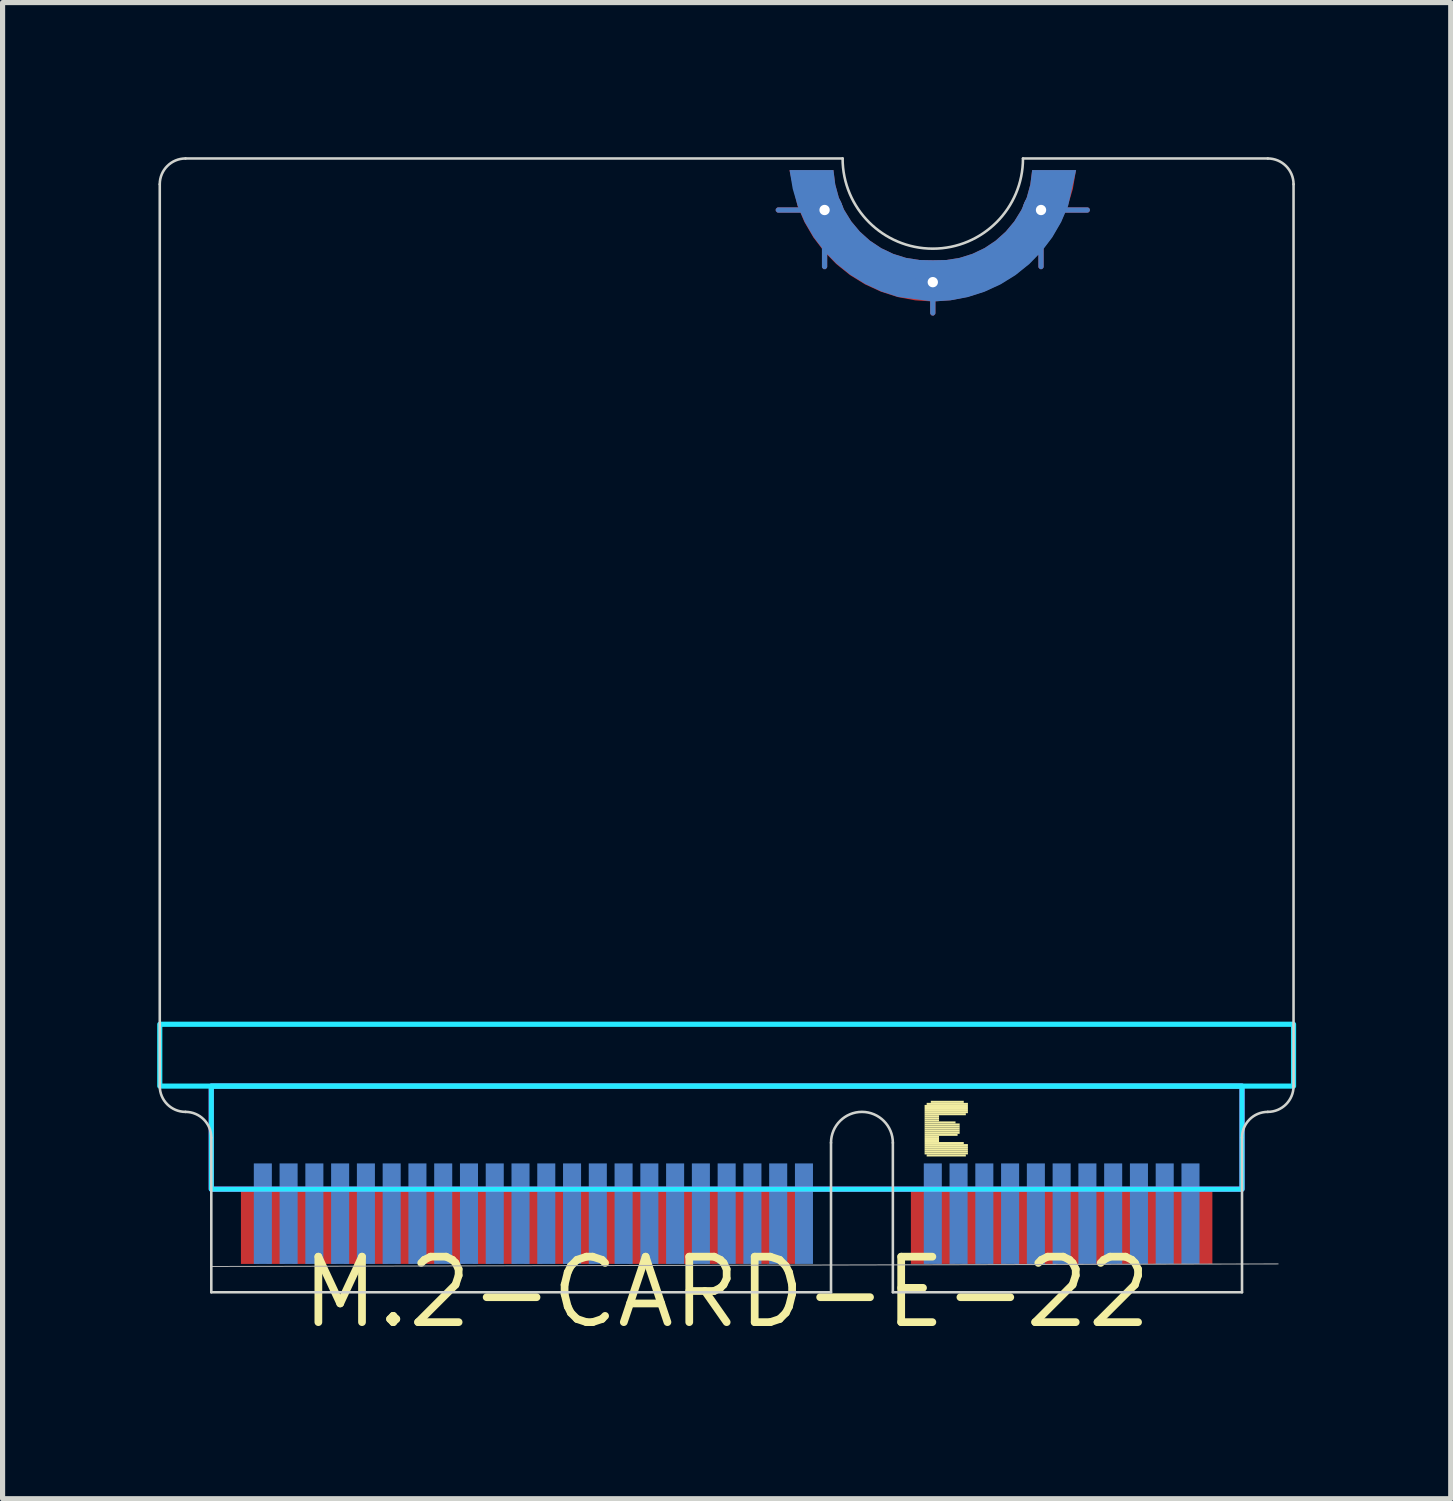
<source format=kicad_pcb>
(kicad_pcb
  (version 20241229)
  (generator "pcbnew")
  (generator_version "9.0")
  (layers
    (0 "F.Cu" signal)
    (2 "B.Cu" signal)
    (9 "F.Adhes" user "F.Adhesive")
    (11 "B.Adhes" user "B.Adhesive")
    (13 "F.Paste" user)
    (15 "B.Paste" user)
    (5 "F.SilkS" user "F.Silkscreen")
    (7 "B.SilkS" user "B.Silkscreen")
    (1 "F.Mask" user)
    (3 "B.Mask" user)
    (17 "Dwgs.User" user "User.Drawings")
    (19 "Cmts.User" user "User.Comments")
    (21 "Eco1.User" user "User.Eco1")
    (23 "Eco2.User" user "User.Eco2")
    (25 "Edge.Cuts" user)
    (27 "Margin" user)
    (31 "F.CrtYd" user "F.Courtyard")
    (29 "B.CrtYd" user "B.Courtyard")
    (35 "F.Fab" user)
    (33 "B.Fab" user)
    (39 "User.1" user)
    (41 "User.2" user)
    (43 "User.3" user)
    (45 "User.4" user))
  (footprint "M.2-CARD-E-22"
    (layer "F.Cu")
    (at 11.05 22.025)
    (property "Reference" "M.2-CARD-E-22" (at 0 0 0) (layer "F.SilkS") (effects (font (size 1.27 1.27) (thickness 0.15))))
    (fp_poly (pts (xy 2.296 -21.73) (xy 2.36 -21.467) (xy 2.463 -21.217) (xy 2.605 -20.986) (xy 2.78 -20.78) (xy 2.986 -20.605) (xy 3.217 -20.463) (xy 3.466 -20.36) (xy 4.001 -20.275) (xy 4.27 -20.296) (xy 4.533 -20.36) (xy 4.783 -20.463) (xy 5.014 -20.605) (xy 5.22 -20.78) (xy 5.395 -20.986) (xy 5.537 -21.217) (xy 5.64 -21.466) (xy 5.729 -22.025) (xy 6.777 -22.025) (xy 6.755 -21.666) (xy 6.694 -21.336) (xy 6.595 -21.016) (xy 6.457 -20.71) (xy 6.284 -20.424) (xy 6.077 -20.16) (xy 5.84 -19.923) (xy 5.576 -19.716) (xy 5.29 -19.543) (xy 4.984 -19.405) (xy 4.664 -19.306) (xy 4.334 -19.245) (xy 4 -19.225) (xy 3.666 -19.245) (xy 3.336 -19.306) (xy 3.016 -19.405) (xy 2.71 -19.543) (xy 2.424 -19.716) (xy 2.16 -19.923) (xy 1.923 -20.16) (xy 1.716 -20.424) (xy 1.543 -20.71) (xy 1.405 -21.016) (xy 1.306 -21.336) (xy 1.245 -21.666) (xy 1.223 -22.025) (xy 2.273 -22.025)) (stroke (width 0) (type default)) (fill yes) (layer "F.Mask"))
    (fp_poly (pts (xy 2.36 -21.466) (xy 2.463 -21.217) (xy 2.605 -20.986) (xy 2.78 -20.78) (xy 2.986 -20.605) (xy 3.217 -20.463) (xy 3.467 -20.36) (xy 3.73 -20.296) (xy 3.999 -20.275) (xy 4.534 -20.36) (xy 4.783 -20.463) (xy 5.014 -20.605) (xy 5.22 -20.78) (xy 5.395 -20.986) (xy 5.537 -21.217) (xy 5.64 -21.467) (xy 5.704 -21.73) (xy 5.727 -22.025) (xy 6.777 -22.025) (xy 6.755 -21.666) (xy 6.694 -21.336) (xy 6.595 -21.016) (xy 6.457 -20.71) (xy 6.284 -20.424) (xy 6.077 -20.16) (xy 5.84 -19.923) (xy 5.576 -19.716) (xy 5.29 -19.543) (xy 4.984 -19.405) (xy 4.664 -19.306) (xy 4.334 -19.245) (xy 4 -19.225) (xy 3.666 -19.245) (xy 3.336 -19.306) (xy 3.016 -19.405) (xy 2.71 -19.543) (xy 2.424 -19.716) (xy 2.16 -19.923) (xy 1.923 -20.16) (xy 1.716 -20.424) (xy 1.543 -20.71) (xy 1.405 -21.016) (xy 1.306 -21.336) (xy 1.245 -21.666) (xy 1.223 -22.025) (xy 2.271 -22.025)) (stroke (width 0) (type default)) (fill yes) (layer "B.Mask"))
    (fp_poly (pts (xy 3.841 -3.595) (xy 4.681 -3.595) (xy 4.681 -3.635) (xy 3.841 -3.635)) (stroke (width 0) (type default)) (fill yes) (layer "F.SilkS"))
    (fp_poly (pts (xy 3.841 -3.555) (xy 4.681 -3.555) (xy 4.681 -3.595) (xy 3.841 -3.595)) (stroke (width 0) (type default)) (fill yes) (layer "F.SilkS"))
    (fp_poly (pts (xy 3.841 -3.515) (xy 4.681 -3.515) (xy 4.681 -3.555) (xy 3.841 -3.555)) (stroke (width 0) (type default)) (fill yes) (layer "F.SilkS"))
    (fp_poly (pts (xy 3.841 -3.475) (xy 4.681 -3.475) (xy 4.681 -3.515) (xy 3.841 -3.515)) (stroke (width 0) (type default)) (fill yes) (layer "F.SilkS"))
    (fp_poly (pts (xy 3.841 -3.435) (xy 4.641 -3.435) (xy 4.641 -3.475) (xy 3.841 -3.475)) (stroke (width 0) (type default)) (fill yes) (layer "F.SilkS"))
    (fp_poly (pts (xy 3.841 -3.395) (xy 4.121 -3.395) (xy 4.121 -3.435) (xy 3.841 -3.435)) (stroke (width 0) (type default)) (fill yes) (layer "F.SilkS"))
    (fp_poly (pts (xy 3.841 -3.355) (xy 4.121 -3.355) (xy 4.121 -3.395) (xy 3.841 -3.395)) (stroke (width 0) (type default)) (fill yes) (layer "F.SilkS"))
    (fp_poly (pts (xy 3.841 -3.315) (xy 4.121 -3.315) (xy 4.121 -3.355) (xy 3.841 -3.355)) (stroke (width 0) (type default)) (fill yes) (layer "F.SilkS"))
    (fp_poly (pts (xy 3.841 -3.275) (xy 4.441 -3.275) (xy 4.441 -3.315) (xy 3.841 -3.315)) (stroke (width 0) (type default)) (fill yes) (layer "F.SilkS"))
    (fp_poly (pts (xy 3.841 -3.235) (xy 4.521 -3.235) (xy 4.521 -3.275) (xy 3.841 -3.275)) (stroke (width 0) (type default)) (fill yes) (layer "F.SilkS"))
    (fp_poly (pts (xy 3.841 -3.195) (xy 4.521 -3.195) (xy 4.521 -3.235) (xy 3.841 -3.235)) (stroke (width 0) (type default)) (fill yes) (layer "F.SilkS"))
    (fp_poly (pts (xy 3.841 -3.155) (xy 4.521 -3.155) (xy 4.521 -3.195) (xy 3.841 -3.195)) (stroke (width 0) (type default)) (fill yes) (layer "F.SilkS"))
    (fp_poly (pts (xy 3.841 -3.115) (xy 4.521 -3.115) (xy 4.521 -3.155) (xy 3.841 -3.155)) (stroke (width 0) (type default)) (fill yes) (layer "F.SilkS"))
    (fp_poly (pts (xy 3.841 -3.075) (xy 4.521 -3.075) (xy 4.521 -3.115) (xy 3.841 -3.115)) (stroke (width 0) (type default)) (fill yes) (layer "F.SilkS"))
    (fp_poly (pts (xy 3.841 -3.035) (xy 4.481 -3.035) (xy 4.481 -3.075) (xy 3.841 -3.075)) (stroke (width 0) (type default)) (fill yes) (layer "F.SilkS"))
    (fp_poly (pts (xy 3.841 -2.995) (xy 4.121 -2.995) (xy 4.121 -3.035) (xy 3.841 -3.035)) (stroke (width 0) (type default)) (fill yes) (layer "F.SilkS"))
    (fp_poly (pts (xy 3.841 -2.955) (xy 4.121 -2.955) (xy 4.121 -2.995) (xy 3.841 -2.995)) (stroke (width 0) (type default)) (fill yes) (layer "F.SilkS"))
    (fp_poly (pts (xy 3.841 -2.915) (xy 4.121 -2.915) (xy 4.121 -2.955) (xy 3.841 -2.955)) (stroke (width 0) (type default)) (fill yes) (layer "F.SilkS"))
    (fp_poly (pts (xy 3.841 -2.875) (xy 4.601 -2.875) (xy 4.601 -2.915) (xy 3.841 -2.915)) (stroke (width 0) (type default)) (fill yes) (layer "F.SilkS"))
    (fp_poly (pts (xy 3.841 -2.835) (xy 4.681 -2.835) (xy 4.681 -2.875) (xy 3.841 -2.875)) (stroke (width 0) (type default)) (fill yes) (layer "F.SilkS"))
    (fp_poly (pts (xy 3.841 -2.795) (xy 4.681 -2.795) (xy 4.681 -2.835) (xy 3.841 -2.835)) (stroke (width 0) (type default)) (fill yes) (layer "F.SilkS"))
    (fp_poly (pts (xy 3.841 -2.755) (xy 4.681 -2.755) (xy 4.681 -2.795) (xy 3.841 -2.795)) (stroke (width 0) (type default)) (fill yes) (layer "F.SilkS"))
    (fp_poly (pts (xy 3.841 -2.715) (xy 4.681 -2.715) (xy 4.681 -2.755) (xy 3.841 -2.755)) (stroke (width 0) (type default)) (fill yes) (layer "F.SilkS"))
    (fp_poly (pts (xy 3.841 -2.675) (xy 4.681 -2.675) (xy 4.681 -2.715) (xy 3.841 -2.715)) (stroke (width 0) (type default)) (fill yes) (layer "F.SilkS"))
    (fp_poly (pts (xy 3.881 -3.635) (xy 4.681 -3.635) (xy 4.681 -3.675) (xy 3.881 -3.675)) (stroke (width 0) (type default)) (fill yes) (layer "F.SilkS"))
    (fp_poly (pts (xy 3.881 -2.635) (xy 4.641 -2.635) (xy 4.641 -2.675) (xy 3.881 -2.675)) (stroke (width 0) (type default)) (fill yes) (layer "F.SilkS"))
    (fp_poly (pts (xy 3.961 -3.675) (xy 4.601 -3.675) (xy 4.601 -3.715) (xy 3.961 -3.715)) (stroke (width 0) (type default)) (fill yes) (layer "F.SilkS"))
    (fp_line (start -11 -21.5) (end -11 -4) (stroke (width 0.05) (type default)) (layer "Edge.Cuts"))
    (fp_line (start -10 -3) (end -10 0) (stroke (width 0.05) (type default)) (layer "Edge.Cuts"))
    (fp_line (start -10 0) (end 2.025 0) (stroke (width 0.05) (type default)) (layer "Edge.Cuts"))
    (fp_line (start 2.025 0) (end 2.025 -2.9) (stroke (width 0.05) (type default)) (layer "Edge.Cuts"))
    (fp_line (start 2.25 -22) (end -10.5 -22) (stroke (width 0.05) (type default)) (layer "Edge.Cuts"))
    (fp_line (start 3.225 0) (end 3.225 -2.9) (stroke (width 0.05) (type solid)) (layer "Edge.Cuts"))
    (fp_line (start 5.75 -22) (end 10.5 -22) (stroke (width 0.05) (type default)) (layer "Edge.Cuts"))
    (fp_line (start 10 0) (end 3.225 0) (stroke (width 0.05) (type default)) (layer "Edge.Cuts"))
    (fp_line (start 10 0) (end 10 -3) (stroke (width 0.05) (type default)) (layer "Edge.Cuts"))
    (fp_line (start 11 -4) (end 11 -21.5) (stroke (width 0.05) (type default)) (layer "Edge.Cuts"))
    (fp_arc (start -11 -21.5) (mid -10.853553 -21.853553) (end -10.5 -22) (stroke (width 0.05) (type default)) (layer "Edge.Cuts"))
    (fp_arc (start -10.5 -3.5) (mid -10.853553 -3.646447) (end -11 -4) (stroke (width 0.05) (type default)) (layer "Edge.Cuts"))
    (fp_arc (start -10.5 -3.5) (mid -10.146447 -3.353553) (end -10 -3) (stroke (width 0.05) (type default)) (layer "Edge.Cuts"))
    (fp_arc (start 2.025 -2.9) (mid 2.625 -3.5) (end 3.225 -2.9) (stroke (width 0.05) (type solid)) (layer "Edge.Cuts"))
    (fp_arc (start 5.75 -22) (mid 4 -20.25) (end 2.25 -22) (stroke (width 0.05) (type solid)) (layer "Edge.Cuts"))
    (fp_arc (start 10 -3) (mid 10.146447 -3.353553) (end 10.5 -3.5) (stroke (width 0.05) (type default)) (layer "Edge.Cuts"))
    (fp_arc (start 10.5 -22) (mid 10.853553 -21.853553) (end 11 -21.5) (stroke (width 0.05) (type default)) (layer "Edge.Cuts"))
    (fp_arc (start 11 -4) (mid 10.853553 -3.646447) (end 10.5 -3.5) (stroke (width 0.05) (type default)) (layer "Edge.Cuts"))
    (fp_poly (pts (xy 10 -4) (xy -10 -4) (xy -10 -2) (xy 10 -2)) (stroke (width 0.1) (type default)) (fill no) (layer "B.CrtYd"))
    (fp_poly (pts (xy 11 -5.2) (xy -11 -5.2) (xy -11 -4) (xy 11 -4)) (stroke (width 0.1) (type default)) (fill no) (layer "B.CrtYd"))
    (fp_poly (pts (xy 10 -4) (xy -10 -4) (xy -10 -2) (xy 10 -2)) (stroke (width 0.1) (type default)) (fill no) (layer "F.CrtYd"))
    (fp_line (start -10 -0.5) (end 10.7 -0.55) (stroke (width 0.02) (type solid)) (layer "F.Fab"))
    (pad "1" smd rect (at 9.25 -1.275 180) (size 0.35 1.45) (layers "F.Cu" "F.Mask"))
    (pad "2" smd rect (at 9 -1.525) (size 0.35 1.95) (layers "B.Cu" "B.Mask"))
    (pad "3" smd rect (at 8.75 -1.275 180) (size 0.35 1.45) (layers "F.Cu" "F.Mask"))
    (pad "4" smd rect (at 8.5 -1.525) (size 0.35 1.95) (layers "B.Cu" "B.Mask"))
    (pad "5" smd rect (at 8.25 -1.275 180) (size 0.35 1.45) (layers "F.Cu" "F.Mask"))
    (pad "6" smd rect (at 8 -1.525) (size 0.35 1.95) (layers "B.Cu" "B.Mask"))
    (pad "7" smd rect (at 7.75 -1.275 180) (size 0.35 1.45) (layers "F.Cu" "F.Mask"))
    (pad "8" smd rect (at 7.5 -1.525) (size 0.35 1.95) (layers "B.Cu" "B.Mask"))
    (pad "9" smd rect (at 7.25 -1.275 180) (size 0.35 1.45) (layers "F.Cu" "F.Mask"))
    (pad "10" smd rect (at 7 -1.525) (size 0.35 1.95) (layers "B.Cu" "B.Mask"))
    (pad "11" smd rect (at 6.75 -1.275 180) (size 0.35 1.45) (layers "F.Cu" "F.Mask"))
    (pad "12" smd rect (at 6.5 -1.525) (size 0.35 1.95) (layers "B.Cu" "B.Mask"))
    (pad "13" smd rect (at 6.25 -1.275 180) (size 0.35 1.45) (layers "F.Cu" "F.Mask"))
    (pad "14" smd rect (at 6 -1.525) (size 0.35 1.95) (layers "B.Cu" "B.Mask"))
    (pad "15" smd rect (at 5.75 -1.275 180) (size 0.35 1.45) (layers "F.Cu" "F.Mask"))
    (pad "16" smd rect (at 5.5 -1.525) (size 0.35 1.95) (layers "B.Cu" "B.Mask"))
    (pad "17" smd rect (at 5.25 -1.275 180) (size 0.35 1.45) (layers "F.Cu" "F.Mask"))
    (pad "18" smd rect (at 5 -1.525) (size 0.35 1.95) (layers "B.Cu" "B.Mask"))
    (pad "19" smd rect (at 4.75 -1.275 180) (size 0.35 1.45) (layers "F.Cu" "F.Mask"))
    (pad "20" smd rect (at 4.5 -1.525) (size 0.35 1.95) (layers "B.Cu" "B.Mask"))
    (pad "21" smd rect (at 4.25 -1.275 180) (size 0.35 1.45) (layers "F.Cu" "F.Mask"))
    (pad "22" smd rect (at 4 -1.525) (size 0.35 1.95) (layers "B.Cu" "B.Mask"))
    (pad "23" smd rect (at 3.75 -1.275 180) (size 0.35 1.45) (layers "F.Cu" "F.Mask"))
    (pad "25" smd custom (at 5.311 -20) (size 0.708 0.708) (layers "F.Cu" "F.Mask" "F.Paste") (options (anchor circle)) (primitives (gr_poly (pts (xy -3.204 -1.493) (xy -3.135 -1.241) (xy -3.03 -1.002) (xy -2.893 -0.78) (xy -2.726 -0.58) (xy -2.532 -0.406) (xy -2.315 -0.261) (xy -2.08 -0.149) (xy -1.831 -0.071) (xy -1.573 -0.03) (xy -1.311 -0.025) (xy -1.049 -0.03) (xy -0.792 -0.071) (xy -0.543 -0.149) (xy -0.308 -0.261) (xy -0.091 -0.406) (xy 0.103 -0.58) (xy 0.271 -0.78) (xy 0.408 -1.002) (xy 0.512 -1.241) (xy 0.581 -1.493) (xy 0.617 -1.775) (xy 1.468 -1.775) (xy 1.407 -1.41) (xy 1.31 -1.083) (xy 1.175 -0.769) (xy 1.002 -0.474) (xy 0.795 -0.203) (xy 0.556 0.042) (xy 0.29 0.256) (xy 0 0.436) (xy -0.31 0.58) (xy -0.635 0.686) (xy -0.97 0.751) (xy -1.311 0.775) (xy -1.653 0.753) (xy -1.989 0.69) (xy -2.316 0.586) (xy -2.627 0.443) (xy -2.918 0.263) (xy -3.185 0.048) (xy -3.423 -0.197) (xy -3.63 -0.47) (xy -3.802 -0.766) (xy -3.937 -1.081) (xy -4.093 -1.775) (xy -3.239 -1.775)) (width 0) (fill yes)) (gr_line (start -3.411 -1) (end -4.311 -1) (width 0.102)) (gr_line (start -3.411 -1) (end -3.411 0.1) (width 0.102)) (gr_line (start -1.311 0.3) (end -1.311 1) (width 0.102)) (gr_line (start 0.789 -1) (end 0.789 0.1) (width 0.102)) (gr_line (start 0.789 -1) (end 1.689 -1) (width 0.102))))
    (pad "30" smd custom (at 5.3 -20) (size 0.708 0.708) (layers "F.Mask" "B.Cu" "F.Paste") (options (anchor circle)) (primitives (gr_poly (pts (xy -3.192 -1.493) (xy -3.123 -1.241) (xy -3.019 -1.002) (xy -2.882 -0.78) (xy -2.715 -0.58) (xy -2.521 -0.406) (xy -2.304 -0.261) (xy -2.068 -0.149) (xy -1.82 -0.071) (xy -1.562 -0.03) (xy -1.3 -0.025) (xy -1.038 -0.03) (xy -0.78 -0.071) (xy -0.532 -0.149) (xy -0.296 -0.261) (xy -0.079 -0.406) (xy 0.115 -0.58) (xy 0.282 -0.78) (xy 0.419 -1.002) (xy 0.523 -1.241) (xy 0.592 -1.493) (xy 0.628 -1.775) (xy 1.481 -1.775) (xy 1.326 -1.081) (xy 1.191 -0.766) (xy 1.019 -0.47) (xy 0.812 -0.197) (xy 0.573 0.048) (xy 0.306 0.263) (xy 0.015 0.443) (xy -0.296 0.586) (xy -0.622 0.69) (xy -0.958 0.753) (xy -1.276 0.774) (xy -1.277 0.778) (xy -1.301 0.775) (xy -1.324 0.777) (xy -1.324 0.772) (xy -1.976 0.686) (xy -2.301 0.58) (xy -2.611 0.436) (xy -2.902 0.256) (xy -3.168 0.042) (xy -3.406 -0.203) (xy -3.613 -0.474) (xy -3.786 -0.769) (xy -3.922 -1.083) (xy -4.018 -1.41) (xy -4.075 -1.748) (xy -4.075 -1.775) (xy -3.228 -1.775)) (width 0) (fill yes)) (gr_line (start -3.4 -1) (end -4.3 -1) (width 0.102)) (gr_line (start -3.4 -1) (end -3.4 0.1) (width 0.102)) (gr_line (start -1.3 0.3) (end -1.3 1) (width 0.102)) (gr_line (start 0.8 -1) (end 0.8 0.1) (width 0.102)) (gr_line (start 0.8 -1) (end 1.7 -1) (width 0.102))))
    (pad "32" smd rect (at 1.5 -1.525) (size 0.35 1.95) (layers "B.Cu" "B.Mask"))
    (pad "33" smd rect (at 1.25 -1.275 180) (size 0.35 1.45) (layers "F.Cu" "F.Mask"))
    (pad "34" smd rect (at 1 -1.525) (size 0.35 1.95) (layers "B.Cu" "B.Mask"))
    (pad "35" smd rect (at 0.75 -1.275 180) (size 0.35 1.45) (layers "F.Cu" "F.Mask"))
    (pad "36" smd rect (at 0.5 -1.525) (size 0.35 1.95) (layers "B.Cu" "B.Mask"))
    (pad "37" smd rect (at 0.25 -1.275 180) (size 0.35 1.45) (layers "F.Cu" "F.Mask"))
    (pad "38" smd rect (at 0 -1.525) (size 0.35 1.95) (layers "B.Cu" "B.Mask"))
    (pad "39" smd rect (at -0.25 -1.275 180) (size 0.35 1.45) (layers "F.Cu" "F.Mask"))
    (pad "40" smd rect (at -0.5 -1.525) (size 0.35 1.95) (layers "B.Cu" "B.Mask"))
    (pad "41" smd rect (at -0.75 -1.275 180) (size 0.35 1.45) (layers "F.Cu" "F.Mask"))
    (pad "42" smd rect (at -1 -1.525) (size 0.35 1.95) (layers "B.Cu" "B.Mask"))
    (pad "43" smd rect (at -1.25 -1.275 180) (size 0.35 1.45) (layers "F.Cu" "F.Mask"))
    (pad "44" smd rect (at -1.5 -1.525) (size 0.35 1.95) (layers "B.Cu" "B.Mask"))
    (pad "45" smd rect (at -1.75 -1.275 180) (size 0.35 1.45) (layers "F.Cu" "F.Mask"))
    (pad "46" smd rect (at -2 -1.525) (size 0.35 1.95) (layers "B.Cu" "B.Mask"))
    (pad "47" smd rect (at -2.25 -1.275 180) (size 0.35 1.45) (layers "F.Cu" "F.Mask"))
    (pad "48" smd rect (at -2.5 -1.525) (size 0.35 1.95) (layers "B.Cu" "B.Mask"))
    (pad "49" smd rect (at -2.75 -1.275 180) (size 0.35 1.45) (layers "F.Cu" "F.Mask"))
    (pad "50" smd rect (at -3 -1.525) (size 0.35 1.95) (layers "B.Cu" "B.Mask"))
    (pad "51" smd rect (at -3.25 -1.275 180) (size 0.35 1.45) (layers "F.Cu" "F.Mask"))
    (pad "52" smd rect (at -3.5 -1.525) (size 0.35 1.95) (layers "B.Cu" "B.Mask"))
    (pad "53" smd rect (at -3.75 -1.275 180) (size 0.35 1.45) (layers "F.Cu" "F.Mask"))
    (pad "54" smd rect (at -4 -1.525) (size 0.35 1.95) (layers "B.Cu" "B.Mask"))
    (pad "55" smd rect (at -4.25 -1.275 180) (size 0.35 1.45) (layers "F.Cu" "F.Mask"))
    (pad "56" smd rect (at -4.5 -1.525) (size 0.35 1.95) (layers "B.Cu" "B.Mask"))
    (pad "57" smd rect (at -4.75 -1.275 180) (size 0.35 1.45) (layers "F.Cu" "F.Mask"))
    (pad "58" smd rect (at -5 -1.525) (size 0.35 1.95) (layers "B.Cu" "B.Mask"))
    (pad "59" smd rect (at -5.25 -1.275 180) (size 0.35 1.45) (layers "F.Cu" "F.Mask"))
    (pad "60" smd rect (at -5.5 -1.525) (size 0.35 1.95) (layers "B.Cu" "B.Mask"))
    (pad "61" smd rect (at -5.75 -1.275 180) (size 0.35 1.45) (layers "F.Cu" "F.Mask"))
    (pad "62" smd rect (at -6 -1.525) (size 0.35 1.95) (layers "B.Cu" "B.Mask"))
    (pad "63" smd rect (at -6.25 -1.275 180) (size 0.35 1.45) (layers "F.Cu" "F.Mask"))
    (pad "64" smd rect (at -6.5 -1.525) (size 0.35 1.95) (layers "B.Cu" "B.Mask"))
    (pad "65" smd rect (at -6.75 -1.275 180) (size 0.35 1.45) (layers "F.Cu" "F.Mask"))
    (pad "66" smd rect (at -7 -1.525) (size 0.35 1.95) (layers "B.Cu" "B.Mask"))
    (pad "67" smd rect (at -7.25 -1.275 180) (size 0.35 1.45) (layers "F.Cu" "F.Mask"))
    (pad "68" smd rect (at -7.5 -1.525) (size 0.35 1.95) (layers "B.Cu" "B.Mask"))
    (pad "69" smd rect (at -7.75 -1.275 180) (size 0.35 1.45) (layers "F.Cu" "F.Mask"))
    (pad "70" smd rect (at -8 -1.525) (size 0.35 1.95) (layers "B.Cu" "B.Mask"))
    (pad "71" smd rect (at -8.25 -1.275 180) (size 0.35 1.45) (layers "F.Cu" "F.Mask"))
    (pad "72" smd rect (at -8.5 -1.525) (size 0.35 1.95) (layers "B.Cu" "B.Mask"))
    (pad "73" smd rect (at -8.75 -1.275 180) (size 0.35 1.45) (layers "F.Cu" "F.Mask"))
    (pad "74" smd rect (at -9 -1.525) (size 0.35 1.95) (layers "B.Cu" "B.Mask"))
    (pad "75" smd rect (at -9.25 -1.275 180) (size 0.35 1.45) (layers "F.Cu" "F.Mask"))
    (pad "GND" thru_hole circle (at 1.9 -21) (size 0.708 0.708) (drill 0.2) (layers "*.Cu" "*.Mask"))
    (pad "GND2" thru_hole circle (at 4 -19.6) (size 0.708 0.708) (drill 0.2) (layers "*.Cu" "*.Mask"))
    (pad "GND3" thru_hole circle (at 6.1 -21) (size 0.708 0.708) (drill 0.2) (layers "*.Cu" "*.Mask")))
  (gr_rect
    (start -3 -3)
    (end 25.1 26.031)
    (stroke (width 0.1) (type default))
    (fill no)
    (layer "Edge.Cuts")))
</source>
